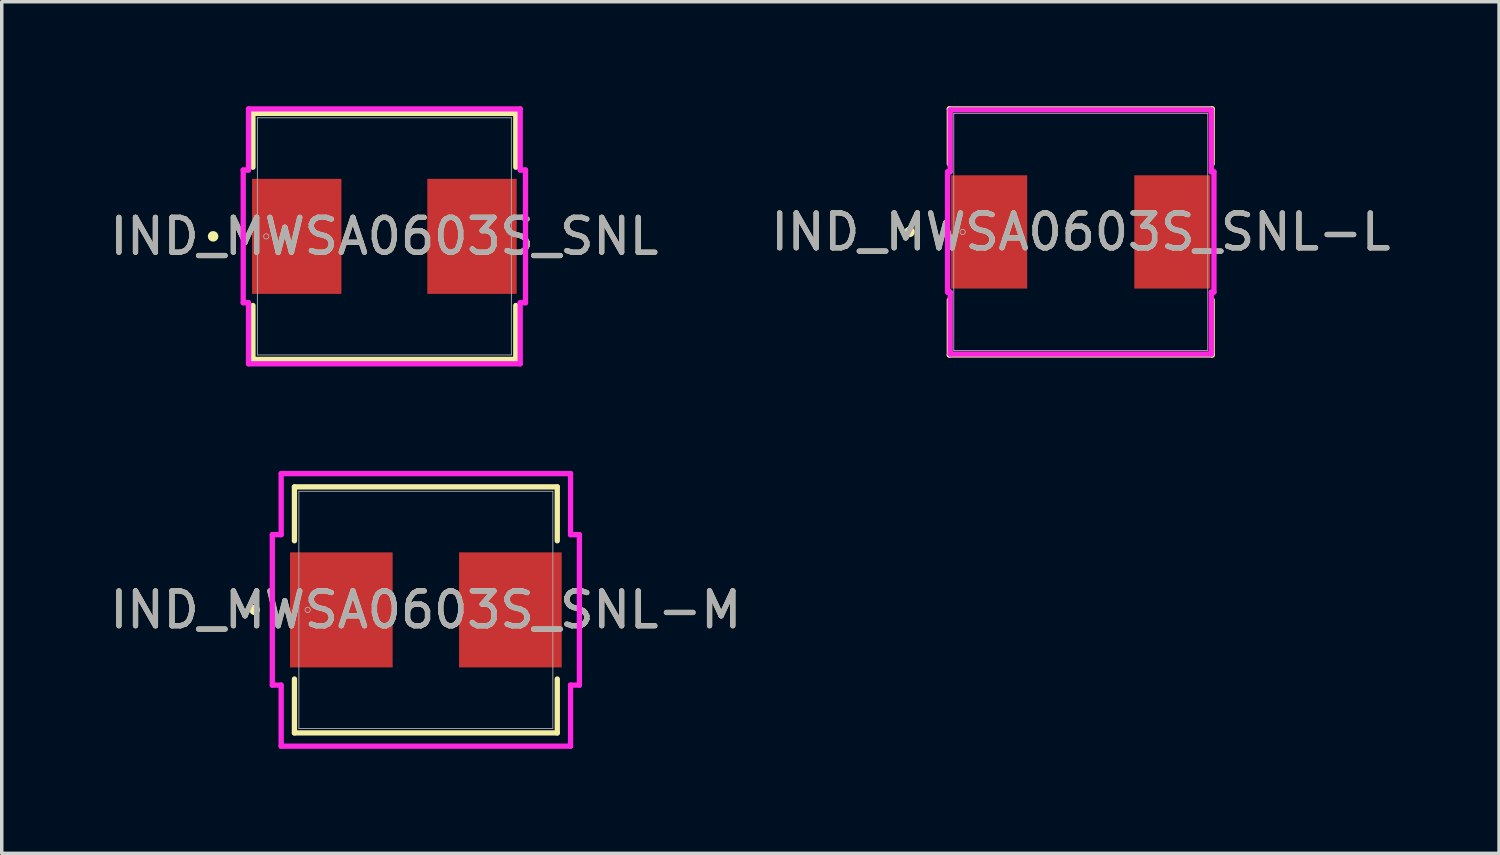
<source format=kicad_pcb>
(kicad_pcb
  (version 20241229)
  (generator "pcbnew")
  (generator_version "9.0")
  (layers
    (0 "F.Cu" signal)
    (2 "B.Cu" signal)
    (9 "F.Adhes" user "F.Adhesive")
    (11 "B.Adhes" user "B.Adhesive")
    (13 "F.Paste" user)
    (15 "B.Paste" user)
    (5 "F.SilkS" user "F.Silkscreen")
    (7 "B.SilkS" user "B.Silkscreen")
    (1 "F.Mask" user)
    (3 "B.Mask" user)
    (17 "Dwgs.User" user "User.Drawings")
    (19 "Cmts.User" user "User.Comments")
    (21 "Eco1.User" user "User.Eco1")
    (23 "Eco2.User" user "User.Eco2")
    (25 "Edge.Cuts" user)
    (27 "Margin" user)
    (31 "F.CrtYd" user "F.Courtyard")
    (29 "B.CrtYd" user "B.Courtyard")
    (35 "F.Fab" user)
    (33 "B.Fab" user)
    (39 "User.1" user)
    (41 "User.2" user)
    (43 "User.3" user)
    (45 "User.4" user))
  (footprint "IND_MWSA0603S_SNL-L"
    (layer "F.Cu")
    (at 27.97 3.607)
    (property "Reference" "IND_MWSA0603S_SNL-L" (at 0 0 0) (unlocked yes) (layer "F.SilkS") (effects (font (size 1 1) (thickness 0.15))))
    (attr smd)
    (fp_line (start -3.772 -3.531) (end -3.772 -1.954) (stroke (width 0.152) (type solid)) (layer "F.SilkS"))
    (fp_line (start -3.772 1.954) (end -3.772 3.531) (stroke (width 0.152) (type solid)) (layer "F.SilkS"))
    (fp_line (start -3.772 3.531) (end 3.772 3.531) (stroke (width 0.152) (type solid)) (layer "F.SilkS"))
    (fp_line (start 3.772 -3.531) (end -3.772 -3.531) (stroke (width 0.152) (type solid)) (layer "F.SilkS"))
    (fp_line (start 3.772 -1.954) (end 3.772 -3.531) (stroke (width 0.152) (type solid)) (layer "F.SilkS"))
    (fp_line (start 3.772 3.531) (end 3.772 1.954) (stroke (width 0.152) (type solid)) (layer "F.SilkS"))
    (fp_circle (center -4.915 0) (end -4.839 0) (stroke (width 0.152) (type solid)) (fill no) (layer "F.SilkS"))
    (fp_line (start -3.823 -1.727) (end -3.747 -1.727) (stroke (width 0.152) (type solid)) (layer "F.CrtYd"))
    (fp_line (start -3.823 1.727) (end -3.823 -1.727) (stroke (width 0.152) (type solid)) (layer "F.CrtYd"))
    (fp_line (start -3.747 -3.505) (end 3.747 -3.505) (stroke (width 0.152) (type solid)) (layer "F.CrtYd"))
    (fp_line (start -3.747 -1.727) (end -3.747 -3.505) (stroke (width 0.152) (type solid)) (layer "F.CrtYd"))
    (fp_line (start -3.747 1.727) (end -3.823 1.727) (stroke (width 0.152) (type solid)) (layer "F.CrtYd"))
    (fp_line (start -3.747 3.505) (end -3.747 1.727) (stroke (width 0.152) (type solid)) (layer "F.CrtYd"))
    (fp_line (start 3.747 -3.505) (end 3.747 -1.727) (stroke (width 0.152) (type solid)) (layer "F.CrtYd"))
    (fp_line (start 3.747 -1.727) (end 3.823 -1.727) (stroke (width 0.152) (type solid)) (layer "F.CrtYd"))
    (fp_line (start 3.747 1.727) (end 3.747 3.505) (stroke (width 0.152) (type solid)) (layer "F.CrtYd"))
    (fp_line (start 3.747 3.505) (end -3.747 3.505) (stroke (width 0.152) (type solid)) (layer "F.CrtYd"))
    (fp_line (start 3.823 -1.727) (end 3.823 1.727) (stroke (width 0.152) (type solid)) (layer "F.CrtYd"))
    (fp_line (start 3.823 1.727) (end 3.747 1.727) (stroke (width 0.152) (type solid)) (layer "F.CrtYd"))
    (fp_line (start -3.645 -3.404) (end -3.645 3.404) (stroke (width 0.025) (type solid)) (layer "F.Fab"))
    (fp_line (start -3.645 3.404) (end 3.645 3.404) (stroke (width 0.025) (type solid)) (layer "F.Fab"))
    (fp_line (start 3.645 -3.404) (end -3.645 -3.404) (stroke (width 0.025) (type solid)) (layer "F.Fab"))
    (fp_line (start 3.645 3.404) (end 3.645 -3.404) (stroke (width 0.025) (type solid)) (layer "F.Fab"))
    (fp_circle (center -3.391 0) (end -3.315 0) (stroke (width 0.025) (type solid)) (fill no) (layer "F.Fab"))
    (fp_text user "${REFERENCE}" (at 0 0 0) (unlocked yes) (layer "F.Fab") (effects (font (size 1 1) (thickness 0.15))))
    (pad "1" smd rect (at -2.629 0 90) (size 3.251 2.184) (layers "F.Cu" "F.Mask" "F.Paste"))
    (pad "2" smd rect (at 2.629 0 90) (size 3.251 2.184) (layers "F.Cu" "F.Mask" "F.Paste"))
    (zone (net_name "") (layer "F.Cu") (hatch full 0.508) (connect_pads) (min_thickness 0.254) (filled_areas_thickness no) (keepout (tracks not_allowed) (vias not_allowed) (pads allowed) (copperpour not_allowed) (footprints allowed)) (placement (enabled no)) (fill) (polygon (pts (xy 24.376 0.254) (xy 31.564 0.254) (xy 31.564 1.905) (xy 24.376 1.905))))
    (zone (net_name "") (layer "F.Cu") (hatch full 0.508) (connect_pads) (min_thickness 0.254) (filled_areas_thickness no) (keepout (tracks not_allowed) (vias not_allowed) (pads allowed) (copperpour not_allowed) (footprints allowed)) (placement (enabled no)) (fill) (polygon (pts (xy 24.376 5.309) (xy 31.564 5.309) (xy 31.564 6.96) (xy 24.376 6.96))))
    (zone (net_name "") (layer "F.Cu") (hatch full 0.508) (connect_pads) (min_thickness 0.254) (filled_areas_thickness no) (keepout (tracks not_allowed) (vias not_allowed) (pads allowed) (copperpour not_allowed) (footprints allowed)) (placement (enabled no)) (fill) (polygon (pts (xy 26.484 1.905) (xy 29.456 1.905) (xy 29.456 5.309) (xy 26.484 5.309)))))
  (footprint "IND_MWSA0603S_SNL-M"
    (layer "F.Cu")
    (at 9.173 14.455)
    (property "Reference" "IND_MWSA0603S_SNL-M" (at 0 0 0) (unlocked yes) (layer "F.SilkS") (effects (font (size 1 1) (thickness 0.15))))
    (attr smd)
    (fp_line (start -3.772 -3.531) (end -3.772 -1.984) (stroke (width 0.152) (type solid)) (layer "F.SilkS"))
    (fp_line (start -3.772 1.984) (end -3.772 3.531) (stroke (width 0.152) (type solid)) (layer "F.SilkS"))
    (fp_line (start -3.772 3.531) (end 3.772 3.531) (stroke (width 0.152) (type solid)) (layer "F.SilkS"))
    (fp_line (start 3.772 -3.531) (end -3.772 -3.531) (stroke (width 0.152) (type solid)) (layer "F.SilkS"))
    (fp_line (start 3.772 -1.984) (end 3.772 -3.531) (stroke (width 0.152) (type solid)) (layer "F.SilkS"))
    (fp_line (start 3.772 3.531) (end 3.772 1.984) (stroke (width 0.152) (type solid)) (layer "F.SilkS"))
    (fp_circle (center -4.915 0) (end -4.839 0) (stroke (width 0.152) (type solid)) (fill no) (layer "F.SilkS"))
    (fp_line (start -4.407 -2.159) (end -4.153 -2.159) (stroke (width 0.152) (type solid)) (layer "F.CrtYd"))
    (fp_line (start -4.407 2.159) (end -4.407 -2.159) (stroke (width 0.152) (type solid)) (layer "F.CrtYd"))
    (fp_line (start -4.153 -3.912) (end 4.153 -3.912) (stroke (width 0.152) (type solid)) (layer "F.CrtYd"))
    (fp_line (start -4.153 -2.159) (end -4.153 -3.912) (stroke (width 0.152) (type solid)) (layer "F.CrtYd"))
    (fp_line (start -4.153 2.159) (end -4.407 2.159) (stroke (width 0.152) (type solid)) (layer "F.CrtYd"))
    (fp_line (start -4.153 3.912) (end -4.153 2.159) (stroke (width 0.152) (type solid)) (layer "F.CrtYd"))
    (fp_line (start 4.153 -3.912) (end 4.153 -2.159) (stroke (width 0.152) (type solid)) (layer "F.CrtYd"))
    (fp_line (start 4.153 -2.159) (end 4.407 -2.159) (stroke (width 0.152) (type solid)) (layer "F.CrtYd"))
    (fp_line (start 4.153 2.159) (end 4.153 3.912) (stroke (width 0.152) (type solid)) (layer "F.CrtYd"))
    (fp_line (start 4.153 3.912) (end -4.153 3.912) (stroke (width 0.152) (type solid)) (layer "F.CrtYd"))
    (fp_line (start 4.407 -2.159) (end 4.407 2.159) (stroke (width 0.152) (type solid)) (layer "F.CrtYd"))
    (fp_line (start 4.407 2.159) (end 4.153 2.159) (stroke (width 0.152) (type solid)) (layer "F.CrtYd"))
    (fp_line (start -3.645 -3.404) (end -3.645 3.404) (stroke (width 0.025) (type solid)) (layer "F.Fab"))
    (fp_line (start -3.645 3.404) (end 3.645 3.404) (stroke (width 0.025) (type solid)) (layer "F.Fab"))
    (fp_line (start 3.645 -3.404) (end -3.645 -3.404) (stroke (width 0.025) (type solid)) (layer "F.Fab"))
    (fp_line (start 3.645 3.404) (end 3.645 -3.404) (stroke (width 0.025) (type solid)) (layer "F.Fab"))
    (fp_circle (center -3.391 0) (end -3.315 0) (stroke (width 0.025) (type solid)) (fill no) (layer "F.Fab"))
    (fp_text user "${REFERENCE}" (at 0 0 0) (unlocked yes) (layer "F.Fab") (effects (font (size 1 1) (thickness 0.15))))
    (pad "1" smd rect (at -2.426 0 90) (size 3.302 2.946) (layers "F.Cu" "F.Mask" "F.Paste"))
    (pad "2" smd rect (at 2.426 0 90) (size 3.302 2.946) (layers "F.Cu" "F.Mask" "F.Paste"))
    (zone (net_name "") (layer "F.Cu") (hatch full 0.508) (connect_pads) (min_thickness 0.254) (filled_areas_thickness no) (keepout (tracks not_allowed) (vias not_allowed) (pads allowed) (copperpour not_allowed) (footprints allowed)) (placement (enabled no)) (fill) (polygon (pts (xy 5.579 11.103) (xy 12.767 11.103) (xy 12.767 12.754) (xy 5.579 12.754))))
    (zone (net_name "") (layer "F.Cu") (hatch full 0.508) (connect_pads) (min_thickness 0.254) (filled_areas_thickness no) (keepout (tracks not_allowed) (vias not_allowed) (pads allowed) (copperpour not_allowed) (footprints allowed)) (placement (enabled no)) (fill) (polygon (pts (xy 5.579 16.157) (xy 12.767 16.157) (xy 12.767 17.808) (xy 5.579 17.808))))
    (zone (net_name "") (layer "F.Cu") (hatch full 0.508) (connect_pads) (min_thickness 0.254) (filled_areas_thickness no) (keepout (tracks not_allowed) (vias not_allowed) (pads allowed) (copperpour not_allowed) (footprints allowed)) (placement (enabled no)) (fill) (polygon (pts (xy 8.271 12.754) (xy 10.074 12.754) (xy 10.074 16.157) (xy 8.271 16.157)))))
  (footprint "IND_MWSA0603S_SNL"
    (layer "F.Cu")
    (at 7.982 3.734)
    (property "Reference" "IND_MWSA0603S_SNL" (at 0 0 0) (unlocked yes) (layer "F.SilkS") (effects (font (size 1 1) (thickness 0.15))))
    (attr smd)
    (fp_line (start -3.772 -3.531) (end -3.772 -1.984) (stroke (width 0.152) (type solid)) (layer "F.SilkS"))
    (fp_line (start -3.772 1.984) (end -3.772 3.531) (stroke (width 0.152) (type solid)) (layer "F.SilkS"))
    (fp_line (start -3.772 3.531) (end 3.772 3.531) (stroke (width 0.152) (type solid)) (layer "F.SilkS"))
    (fp_line (start 3.772 -3.531) (end -3.772 -3.531) (stroke (width 0.152) (type solid)) (layer "F.SilkS"))
    (fp_line (start 3.772 -1.984) (end 3.772 -3.531) (stroke (width 0.152) (type solid)) (layer "F.SilkS"))
    (fp_line (start 3.772 3.531) (end 3.772 1.984) (stroke (width 0.152) (type solid)) (layer "F.SilkS"))
    (fp_circle (center -4.915 0) (end -4.839 0) (stroke (width 0.152) (type solid)) (fill no) (layer "F.SilkS"))
    (fp_line (start -4.051 -1.905) (end -3.899 -1.905) (stroke (width 0.152) (type solid)) (layer "F.CrtYd"))
    (fp_line (start -4.051 1.905) (end -4.051 -1.905) (stroke (width 0.152) (type solid)) (layer "F.CrtYd"))
    (fp_line (start -3.899 -3.658) (end 3.899 -3.658) (stroke (width 0.152) (type solid)) (layer "F.CrtYd"))
    (fp_line (start -3.899 -1.905) (end -3.899 -3.658) (stroke (width 0.152) (type solid)) (layer "F.CrtYd"))
    (fp_line (start -3.899 1.905) (end -4.051 1.905) (stroke (width 0.152) (type solid)) (layer "F.CrtYd"))
    (fp_line (start -3.899 3.658) (end -3.899 1.905) (stroke (width 0.152) (type solid)) (layer "F.CrtYd"))
    (fp_line (start 3.899 -3.658) (end 3.899 -1.905) (stroke (width 0.152) (type solid)) (layer "F.CrtYd"))
    (fp_line (start 3.899 -1.905) (end 4.051 -1.905) (stroke (width 0.152) (type solid)) (layer "F.CrtYd"))
    (fp_line (start 3.899 1.905) (end 3.899 3.658) (stroke (width 0.152) (type solid)) (layer "F.CrtYd"))
    (fp_line (start 3.899 3.658) (end -3.899 3.658) (stroke (width 0.152) (type solid)) (layer "F.CrtYd"))
    (fp_line (start 4.051 -1.905) (end 4.051 1.905) (stroke (width 0.152) (type solid)) (layer "F.CrtYd"))
    (fp_line (start 4.051 1.905) (end 3.899 1.905) (stroke (width 0.152) (type solid)) (layer "F.CrtYd"))
    (fp_line (start -3.645 -3.404) (end -3.645 3.404) (stroke (width 0.025) (type solid)) (layer "F.Fab"))
    (fp_line (start -3.645 3.404) (end 3.645 3.404) (stroke (width 0.025) (type solid)) (layer "F.Fab"))
    (fp_line (start 3.645 -3.404) (end -3.645 -3.404) (stroke (width 0.025) (type solid)) (layer "F.Fab"))
    (fp_line (start 3.645 3.404) (end 3.645 -3.404) (stroke (width 0.025) (type solid)) (layer "F.Fab"))
    (fp_circle (center -3.391 0) (end -3.315 0) (stroke (width 0.025) (type solid)) (fill no) (layer "F.Fab"))
    (fp_text user "${REFERENCE}" (at 0 0 0) (unlocked yes) (layer "F.Fab") (effects (font (size 1 1) (thickness 0.15))))
    (pad "1" smd rect (at -2.515 0 90) (size 3.302 2.565) (layers "F.Cu" "F.Mask" "F.Paste"))
    (pad "2" smd rect (at 2.515 0 90) (size 3.302 2.565) (layers "F.Cu" "F.Mask" "F.Paste")))
  (gr_rect
    (start -3 -3)
    (end 39.976 21.443)
    (stroke (width 0.1) (type default))
    (fill no)
    (layer "Edge.Cuts")))
</source>
